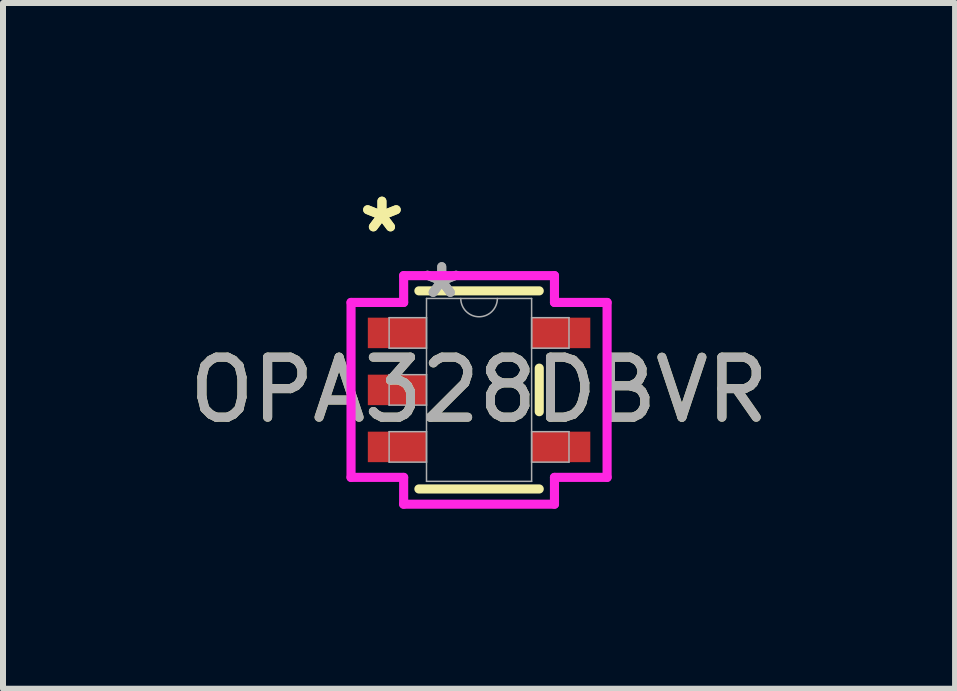
<source format=kicad_pcb>
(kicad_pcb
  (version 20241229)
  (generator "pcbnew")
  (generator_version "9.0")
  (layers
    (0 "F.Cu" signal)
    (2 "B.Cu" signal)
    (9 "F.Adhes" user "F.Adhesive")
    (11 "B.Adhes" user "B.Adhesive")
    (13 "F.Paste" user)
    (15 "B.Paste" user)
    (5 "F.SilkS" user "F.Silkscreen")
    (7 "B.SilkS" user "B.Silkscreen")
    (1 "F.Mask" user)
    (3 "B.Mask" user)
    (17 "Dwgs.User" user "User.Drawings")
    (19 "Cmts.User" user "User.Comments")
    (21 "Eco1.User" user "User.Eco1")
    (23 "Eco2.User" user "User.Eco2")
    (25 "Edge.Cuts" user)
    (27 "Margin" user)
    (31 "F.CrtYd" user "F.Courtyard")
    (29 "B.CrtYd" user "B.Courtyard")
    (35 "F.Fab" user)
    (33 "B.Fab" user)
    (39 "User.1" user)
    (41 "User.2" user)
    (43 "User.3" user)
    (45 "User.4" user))
  (footprint "OPA328DBVR"
    (layer "F.Cu")
    (at 4.935 3.449)
    (property "Reference" "OPA328DBVR" (at 0 0 0) (unlocked yes) (layer "F.SilkS") (effects (font (size 1 1) (thickness 0.15))))
    (attr smd)
    (fp_line (start -1.003 1.651) (end 1.003 1.651) (stroke (width 0.152) (type solid)) (layer "F.SilkS"))
    (fp_line (start 1.003 -1.651) (end -1.003 -1.651) (stroke (width 0.152) (type solid)) (layer "F.SilkS"))
    (fp_line (start 1.003 0.363) (end 1.003 -0.363) (stroke (width 0.152) (type solid)) (layer "F.SilkS"))
    (fp_line (start -2.134 -1.458) (end -1.257 -1.458) (stroke (width 0.152) (type solid)) (layer "F.CrtYd"))
    (fp_line (start -2.134 1.458) (end -2.134 -1.458) (stroke (width 0.152) (type solid)) (layer "F.CrtYd"))
    (fp_line (start -1.257 -1.905) (end 1.257 -1.905) (stroke (width 0.152) (type solid)) (layer "F.CrtYd"))
    (fp_line (start -1.257 -1.458) (end -1.257 -1.905) (stroke (width 0.152) (type solid)) (layer "F.CrtYd"))
    (fp_line (start -1.257 1.458) (end -2.134 1.458) (stroke (width 0.152) (type solid)) (layer "F.CrtYd"))
    (fp_line (start -1.257 1.905) (end -1.257 1.458) (stroke (width 0.152) (type solid)) (layer "F.CrtYd"))
    (fp_line (start 1.257 -1.905) (end 1.257 -1.458) (stroke (width 0.152) (type solid)) (layer "F.CrtYd"))
    (fp_line (start 1.257 -1.458) (end 2.134 -1.458) (stroke (width 0.152) (type solid)) (layer "F.CrtYd"))
    (fp_line (start 1.257 1.458) (end 1.257 1.905) (stroke (width 0.152) (type solid)) (layer "F.CrtYd"))
    (fp_line (start 1.257 1.905) (end -1.257 1.905) (stroke (width 0.152) (type solid)) (layer "F.CrtYd"))
    (fp_line (start 2.134 -1.458) (end 2.134 1.458) (stroke (width 0.152) (type solid)) (layer "F.CrtYd"))
    (fp_line (start 2.134 1.458) (end 1.257 1.458) (stroke (width 0.152) (type solid)) (layer "F.CrtYd"))
    (fp_line (start -1.499 -1.204) (end -1.499 -0.696) (stroke (width 0.025) (type solid)) (layer "F.Fab"))
    (fp_line (start -1.499 -0.696) (end -0.876 -0.696) (stroke (width 0.025) (type solid)) (layer "F.Fab"))
    (fp_line (start -1.499 -0.254) (end -1.499 0.254) (stroke (width 0.025) (type solid)) (layer "F.Fab"))
    (fp_line (start -1.499 0.254) (end -0.876 0.254) (stroke (width 0.025) (type solid)) (layer "F.Fab"))
    (fp_line (start -1.499 0.696) (end -1.499 1.204) (stroke (width 0.025) (type solid)) (layer "F.Fab"))
    (fp_line (start -1.499 1.204) (end -0.876 1.204) (stroke (width 0.025) (type solid)) (layer "F.Fab"))
    (fp_line (start -0.876 -1.524) (end -0.876 1.524) (stroke (width 0.025) (type solid)) (layer "F.Fab"))
    (fp_line (start -0.876 -1.204) (end -1.499 -1.204) (stroke (width 0.025) (type solid)) (layer "F.Fab"))
    (fp_line (start -0.876 -0.696) (end -0.876 -1.204) (stroke (width 0.025) (type solid)) (layer "F.Fab"))
    (fp_line (start -0.876 -0.254) (end -1.499 -0.254) (stroke (width 0.025) (type solid)) (layer "F.Fab"))
    (fp_line (start -0.876 0.254) (end -0.876 -0.254) (stroke (width 0.025) (type solid)) (layer "F.Fab"))
    (fp_line (start -0.876 0.696) (end -1.499 0.696) (stroke (width 0.025) (type solid)) (layer "F.Fab"))
    (fp_line (start -0.876 1.204) (end -0.876 0.696) (stroke (width 0.025) (type solid)) (layer "F.Fab"))
    (fp_line (start -0.876 1.524) (end 0.876 1.524) (stroke (width 0.025) (type solid)) (layer "F.Fab"))
    (fp_line (start 0.876 -1.524) (end -0.876 -1.524) (stroke (width 0.025) (type solid)) (layer "F.Fab"))
    (fp_line (start 0.876 -1.204) (end 0.876 -0.696) (stroke (width 0.025) (type solid)) (layer "F.Fab"))
    (fp_line (start 0.876 -0.696) (end 1.499 -0.696) (stroke (width 0.025) (type solid)) (layer "F.Fab"))
    (fp_line (start 0.876 0.696) (end 0.876 1.204) (stroke (width 0.025) (type solid)) (layer "F.Fab"))
    (fp_line (start 0.876 1.204) (end 1.499 1.204) (stroke (width 0.025) (type solid)) (layer "F.Fab"))
    (fp_line (start 0.876 1.524) (end 0.876 -1.524) (stroke (width 0.025) (type solid)) (layer "F.Fab"))
    (fp_line (start 1.499 -1.204) (end 0.876 -1.204) (stroke (width 0.025) (type solid)) (layer "F.Fab"))
    (fp_line (start 1.499 -0.696) (end 1.499 -1.204) (stroke (width 0.025) (type solid)) (layer "F.Fab"))
    (fp_line (start 1.499 0.696) (end 0.876 0.696) (stroke (width 0.025) (type solid)) (layer "F.Fab"))
    (fp_line (start 1.499 1.204) (end 1.499 0.696) (stroke (width 0.025) (type solid)) (layer "F.Fab"))
    (fp_arc (start 0.3048 -1.524) (mid 0 -1.2192) (end -0.3048 -1.524) (stroke (width 0.0254) (type solid)) (layer "F.Fab"))
    (fp_text user "*" (at -1.619 -2.601 0) (layer "F.SilkS") (effects (font (size 1 1) (thickness 0.15))))
    (fp_text user "*" (at -1.619 -2.601 0) (unlocked yes) (layer "F.SilkS") (effects (font (size 1 1) (thickness 0.15))))
    (fp_text user "*" (at -0.622 -1.509 0) (unlocked yes) (layer "F.Fab") (effects (font (size 1 1) (thickness 0.15))))
    (fp_text user "*" (at -0.622 -1.509 0) (layer "F.Fab") (effects (font (size 1 1) (thickness 0.15))))
    (fp_text user "${REFERENCE}" (at 0 0 0) (unlocked yes) (layer "F.Fab") (effects (font (size 1 1) (thickness 0.15))))
    (pad "1" smd rect (at -1.365 -0.95) (size 0.978 0.508) (layers "F.Cu" "F.Mask" "F.Paste"))
    (pad "2" smd rect (at -1.365 0) (size 0.978 0.508) (layers "F.Cu" "F.Mask" "F.Paste"))
    (pad "3" smd rect (at -1.365 0.95) (size 0.978 0.508) (layers "F.Cu" "F.Mask" "F.Paste"))
    (pad "4" smd rect (at 1.365 0.95) (size 0.978 0.508) (layers "F.Cu" "F.Mask" "F.Paste"))
    (pad "5" smd rect (at 1.365 -0.95) (size 0.978 0.508) (layers "F.Cu" "F.Mask" "F.Paste")))
  (gr_rect
    (start -3 -3)
    (end 12.869 8.43)
    (stroke (width 0.1) (type default))
    (fill no)
    (layer "Edge.Cuts")))
</source>
